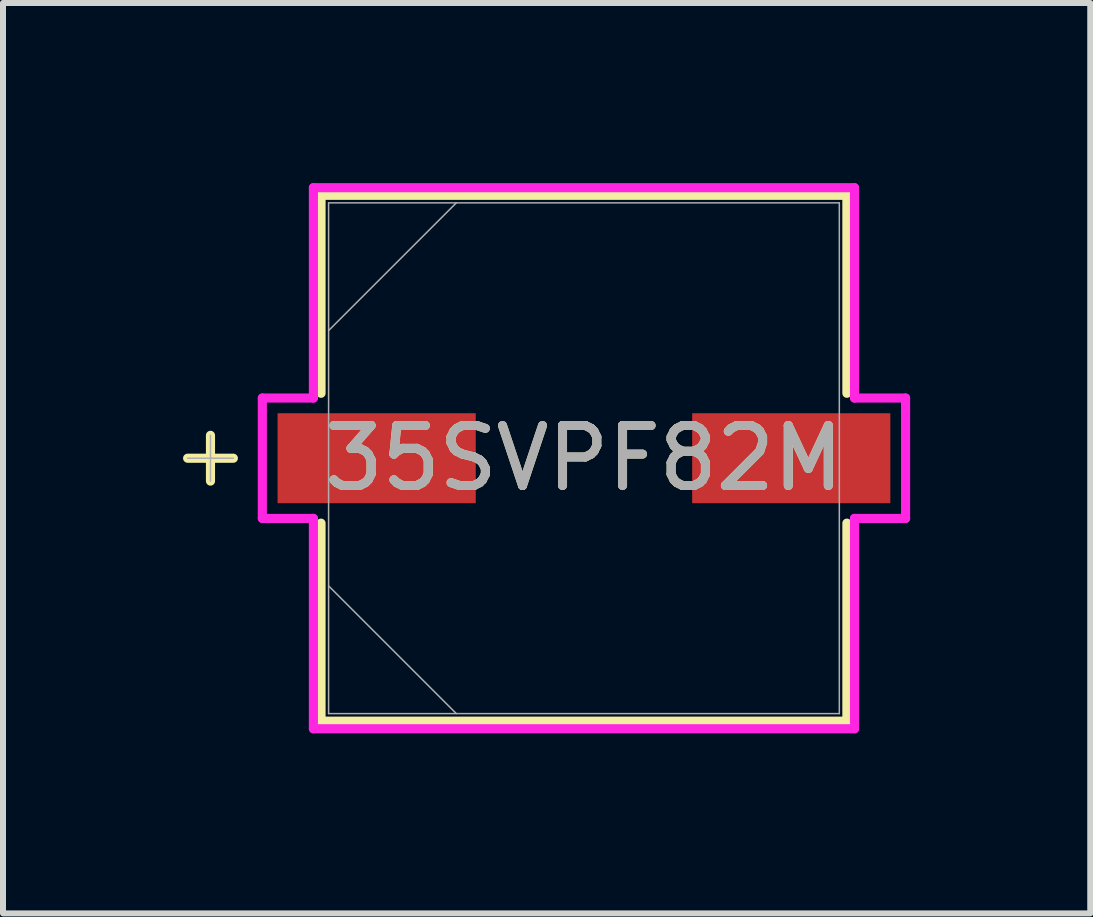
<source format=kicad_pcb>
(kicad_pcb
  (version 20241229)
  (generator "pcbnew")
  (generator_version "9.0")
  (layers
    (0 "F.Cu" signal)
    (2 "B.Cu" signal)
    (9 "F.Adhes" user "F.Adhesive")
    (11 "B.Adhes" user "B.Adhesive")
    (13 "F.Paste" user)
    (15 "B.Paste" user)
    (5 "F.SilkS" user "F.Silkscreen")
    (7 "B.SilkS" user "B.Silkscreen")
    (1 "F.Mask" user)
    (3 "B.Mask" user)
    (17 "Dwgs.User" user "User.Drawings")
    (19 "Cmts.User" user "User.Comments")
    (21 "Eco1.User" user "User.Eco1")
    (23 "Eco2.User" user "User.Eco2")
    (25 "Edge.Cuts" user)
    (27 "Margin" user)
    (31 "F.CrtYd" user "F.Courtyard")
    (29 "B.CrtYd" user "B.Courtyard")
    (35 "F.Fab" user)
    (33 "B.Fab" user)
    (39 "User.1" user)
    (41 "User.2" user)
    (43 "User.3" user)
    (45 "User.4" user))
  (footprint "35SVPF82M"
    (layer "F.Cu")
    (at 6.68 4.585)
    (property "Reference" "35SVPF82M" (at 0 0 0) (unlocked yes) (layer "F.SilkS") (effects (font (size 1 1) (thickness 0.15))))
    (attr smd)
    (fp_line (start -6.223 -0.381) (end -6.223 0.381) (stroke (width 0.152) (type solid)) (layer "F.SilkS"))
    (fp_line (start -5.842 0) (end -6.604 0) (stroke (width 0.152) (type solid)) (layer "F.SilkS"))
    (fp_line (start -4.381 -4.381) (end -4.381 -1.082) (stroke (width 0.152) (type solid)) (layer "F.SilkS"))
    (fp_line (start -4.381 1.082) (end -4.381 4.381) (stroke (width 0.152) (type solid)) (layer "F.SilkS"))
    (fp_line (start -4.381 4.381) (end 4.381 4.381) (stroke (width 0.152) (type solid)) (layer "F.SilkS"))
    (fp_line (start 4.381 -4.381) (end -4.381 -4.381) (stroke (width 0.152) (type solid)) (layer "F.SilkS"))
    (fp_line (start 4.381 -1.082) (end 4.381 -4.381) (stroke (width 0.152) (type solid)) (layer "F.SilkS"))
    (fp_line (start 4.381 4.381) (end 4.381 1.082) (stroke (width 0.152) (type solid)) (layer "F.SilkS"))
    (fp_line (start -5.359 -1.003) (end -4.508 -1.003) (stroke (width 0.152) (type solid)) (layer "F.CrtYd"))
    (fp_line (start -5.359 1.003) (end -5.359 -1.003) (stroke (width 0.152) (type solid)) (layer "F.CrtYd"))
    (fp_line (start -4.508 -4.508) (end 4.508 -4.508) (stroke (width 0.152) (type solid)) (layer "F.CrtYd"))
    (fp_line (start -4.508 -1.003) (end -4.508 -4.508) (stroke (width 0.152) (type solid)) (layer "F.CrtYd"))
    (fp_line (start -4.508 1.003) (end -5.359 1.003) (stroke (width 0.152) (type solid)) (layer "F.CrtYd"))
    (fp_line (start -4.508 4.508) (end -4.508 1.003) (stroke (width 0.152) (type solid)) (layer "F.CrtYd"))
    (fp_line (start 4.508 -4.508) (end 4.508 -1.003) (stroke (width 0.152) (type solid)) (layer "F.CrtYd"))
    (fp_line (start 4.508 -1.003) (end 5.359 -1.003) (stroke (width 0.152) (type solid)) (layer "F.CrtYd"))
    (fp_line (start 4.508 1.003) (end 4.508 4.508) (stroke (width 0.152) (type solid)) (layer "F.CrtYd"))
    (fp_line (start 4.508 4.508) (end -4.508 4.508) (stroke (width 0.152) (type solid)) (layer "F.CrtYd"))
    (fp_line (start 5.359 -1.003) (end 5.359 1.003) (stroke (width 0.152) (type solid)) (layer "F.CrtYd"))
    (fp_line (start 5.359 1.003) (end 4.508 1.003) (stroke (width 0.152) (type solid)) (layer "F.CrtYd"))
    (fp_line (start -6.223 -0.381) (end -6.223 0.381) (stroke (width 0.025) (type solid)) (layer "F.Fab"))
    (fp_line (start -5.842 0) (end -6.604 0) (stroke (width 0.025) (type solid)) (layer "F.Fab"))
    (fp_line (start -4.255 -4.255) (end -4.255 4.255) (stroke (width 0.025) (type solid)) (layer "F.Fab"))
    (fp_line (start -4.255 -2.127) (end -2.127 -4.255) (stroke (width 0.025) (type solid)) (layer "F.Fab"))
    (fp_line (start -4.255 2.127) (end -2.127 4.255) (stroke (width 0.025) (type solid)) (layer "F.Fab"))
    (fp_line (start -4.255 4.255) (end 4.255 4.255) (stroke (width 0.025) (type solid)) (layer "F.Fab"))
    (fp_line (start 4.255 -4.255) (end -4.255 -4.255) (stroke (width 0.025) (type solid)) (layer "F.Fab"))
    (fp_line (start 4.255 4.255) (end 4.255 -4.255) (stroke (width 0.025) (type solid)) (layer "F.Fab"))
    (fp_text user "${REFERENCE}" (at 0 0 0) (unlocked yes) (layer "F.Fab") (effects (font (size 1 1) (thickness 0.15))))
    (pad "1" smd rect (at -3.454 0) (size 3.302 1.499) (layers "F.Cu" "F.Mask" "F.Paste"))
    (pad "2" smd rect (at 3.454 0) (size 3.302 1.499) (layers "F.Cu" "F.Mask" "F.Paste")))
  (gr_rect
    (start -3 -3)
    (end 15.116 12.169)
    (stroke (width 0.1) (type default))
    (fill no)
    (layer "Edge.Cuts")))
</source>
